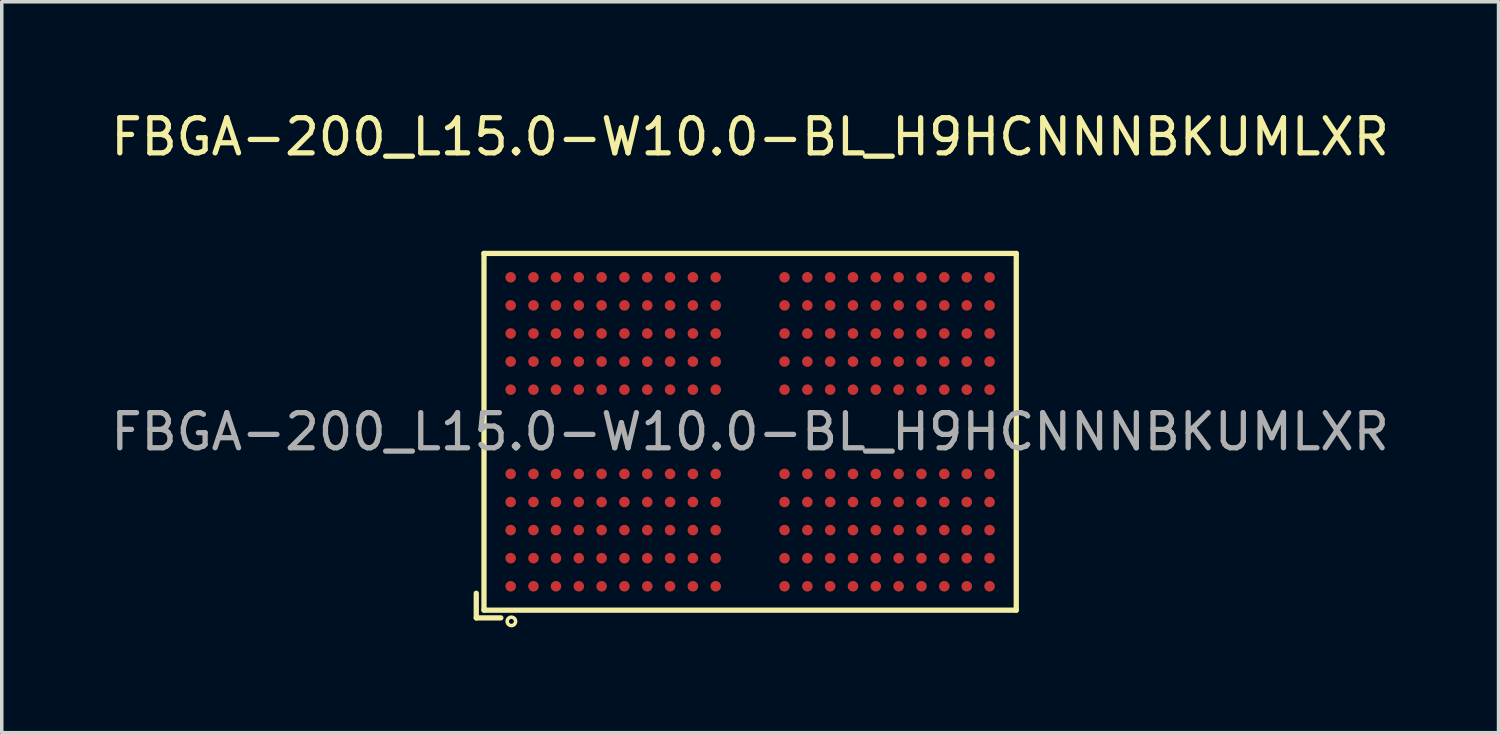
<source format=kicad_pcb>
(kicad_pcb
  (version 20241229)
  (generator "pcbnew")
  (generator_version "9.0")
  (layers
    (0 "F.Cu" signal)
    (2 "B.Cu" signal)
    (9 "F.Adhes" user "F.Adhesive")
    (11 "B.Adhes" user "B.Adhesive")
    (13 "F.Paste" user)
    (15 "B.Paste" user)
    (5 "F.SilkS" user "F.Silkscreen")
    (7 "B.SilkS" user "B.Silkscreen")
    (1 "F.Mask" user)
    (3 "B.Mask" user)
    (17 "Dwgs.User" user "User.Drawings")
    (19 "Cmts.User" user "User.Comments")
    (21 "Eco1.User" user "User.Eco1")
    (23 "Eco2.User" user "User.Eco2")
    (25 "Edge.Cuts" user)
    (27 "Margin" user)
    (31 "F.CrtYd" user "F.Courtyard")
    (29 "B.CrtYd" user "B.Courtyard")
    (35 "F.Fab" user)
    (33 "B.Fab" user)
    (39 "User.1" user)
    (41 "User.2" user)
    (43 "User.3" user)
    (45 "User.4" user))
  (footprint "FBGA-200_L15.0-W10.0-BL_H9HCNNNBKUMLXR"
    (layer "F.Cu")
    (at 18.315 9.248)
    (property "Reference" "FBGA-200_L15.0-W10.0-BL_H9HCNNNBKUMLXR" (at 0 -8.4 0) (layer "F.SilkS") (effects (font (size 1 1) (thickness 0.15))))
    (attr smd)
    (fp_line (start -7.8 4.6) (end -7.8 5.3) (stroke (width 0.15) (type solid)) (layer "F.SilkS"))
    (fp_line (start -7.8 5.3) (end -7.1 5.3) (stroke (width 0.15) (type solid)) (layer "F.SilkS"))
    (fp_line (start -7.58 -5.08) (end 7.58 -5.08) (stroke (width 0.15) (type solid)) (layer "F.SilkS"))
    (fp_line (start -7.58 5.08) (end -7.58 -5.08) (stroke (width 0.15) (type solid)) (layer "F.SilkS"))
    (fp_line (start 7.58 -5.08) (end 7.58 5.08) (stroke (width 0.15) (type solid)) (layer "F.SilkS"))
    (fp_line (start 7.58 5.08) (end -7.58 5.08) (stroke (width 0.15) (type solid)) (layer "F.SilkS"))
    (fp_circle (center -6.8 5.4) (end -6.68 5.4) (stroke (width 0.1) (type solid)) (fill no) (layer "F.SilkS"))
    (fp_text user "${REFERENCE}" (at 0 0 0) (layer "F.Fab") (effects (font (size 1 1) (thickness 0.15))))
    (pad "A1" smd circle (at -6.82 4.4) (size 0.3 0.3) (layers "F.Cu" "F.Mask" "F.Paste"))
    (pad "A2" smd circle (at -6.82 3.6) (size 0.3 0.3) (layers "F.Cu" "F.Mask" "F.Paste"))
    (pad "A3" smd circle (at -6.82 2.8) (size 0.3 0.3) (layers "F.Cu" "F.Mask" "F.Paste"))
    (pad "A4" smd circle (at -6.82 2) (size 0.3 0.3) (layers "F.Cu" "F.Mask" "F.Paste"))
    (pad "A5" smd circle (at -6.82 1.2) (size 0.3 0.3) (layers "F.Cu" "F.Mask" "F.Paste"))
    (pad "A8" smd circle (at -6.82 -1.2) (size 0.3 0.3) (layers "F.Cu" "F.Mask" "F.Paste"))
    (pad "A9" smd circle (at -6.82 -2) (size 0.3 0.3) (layers "F.Cu" "F.Mask" "F.Paste"))
    (pad "A10" smd circle (at -6.82 -2.8) (size 0.3 0.3) (layers "F.Cu" "F.Mask" "F.Paste"))
    (pad "A11" smd circle (at -6.82 -3.6) (size 0.3 0.3) (layers "F.Cu" "F.Mask" "F.Paste"))
    (pad "A12" smd circle (at -6.82 -4.4) (size 0.3 0.3) (layers "F.Cu" "F.Mask" "F.Paste"))
    (pad "AA1" smd circle (at 6.17 4.4) (size 0.3 0.3) (layers "F.Cu" "F.Mask" "F.Paste"))
    (pad "AA2" smd circle (at 6.17 3.6) (size 0.3 0.3) (layers "F.Cu" "F.Mask" "F.Paste"))
    (pad "AA3" smd circle (at 6.17 2.8) (size 0.3 0.3) (layers "F.Cu" "F.Mask" "F.Paste"))
    (pad "AA4" smd circle (at 6.17 2) (size 0.3 0.3) (layers "F.Cu" "F.Mask" "F.Paste"))
    (pad "AA5" smd circle (at 6.17 1.2) (size 0.3 0.3) (layers "F.Cu" "F.Mask" "F.Paste"))
    (pad "AA8" smd circle (at 6.17 -1.2) (size 0.3 0.3) (layers "F.Cu" "F.Mask" "F.Paste"))
    (pad "AA9" smd circle (at 6.17 -2) (size 0.3 0.3) (layers "F.Cu" "F.Mask" "F.Paste"))
    (pad "AA10" smd circle (at 6.17 -2.8) (size 0.3 0.3) (layers "F.Cu" "F.Mask" "F.Paste"))
    (pad "AA11" smd circle (at 6.17 -3.6) (size 0.3 0.3) (layers "F.Cu" "F.Mask" "F.Paste"))
    (pad "AA12" smd circle (at 6.17 -4.4) (size 0.3 0.3) (layers "F.Cu" "F.Mask" "F.Paste"))
    (pad "AB1" smd circle (at 6.82 4.4) (size 0.3 0.3) (layers "F.Cu" "F.Mask" "F.Paste"))
    (pad "AB2" smd circle (at 6.82 3.6) (size 0.3 0.3) (layers "F.Cu" "F.Mask" "F.Paste"))
    (pad "AB3" smd circle (at 6.82 2.8) (size 0.3 0.3) (layers "F.Cu" "F.Mask" "F.Paste"))
    (pad "AB4" smd circle (at 6.82 2) (size 0.3 0.3) (layers "F.Cu" "F.Mask" "F.Paste"))
    (pad "AB5" smd circle (at 6.82 1.2) (size 0.3 0.3) (layers "F.Cu" "F.Mask" "F.Paste"))
    (pad "AB8" smd circle (at 6.82 -1.2) (size 0.3 0.3) (layers "F.Cu" "F.Mask" "F.Paste"))
    (pad "AB9" smd circle (at 6.82 -2) (size 0.3 0.3) (layers "F.Cu" "F.Mask" "F.Paste"))
    (pad "AB10" smd circle (at 6.82 -2.8) (size 0.3 0.3) (layers "F.Cu" "F.Mask" "F.Paste"))
    (pad "AB11" smd circle (at 6.82 -3.6) (size 0.3 0.3) (layers "F.Cu" "F.Mask" "F.Paste"))
    (pad "AB12" smd circle (at 6.82 -4.4) (size 0.3 0.3) (layers "F.Cu" "F.Mask" "F.Paste"))
    (pad "B1" smd circle (at -6.17 4.4) (size 0.3 0.3) (layers "F.Cu" "F.Mask" "F.Paste"))
    (pad "B2" smd circle (at -6.17 3.6) (size 0.3 0.3) (layers "F.Cu" "F.Mask" "F.Paste"))
    (pad "B3" smd circle (at -6.17 2.8) (size 0.3 0.3) (layers "F.Cu" "F.Mask" "F.Paste"))
    (pad "B4" smd circle (at -6.17 2) (size 0.3 0.3) (layers "F.Cu" "F.Mask" "F.Paste"))
    (pad "B5" smd circle (at -6.17 1.2) (size 0.3 0.3) (layers "F.Cu" "F.Mask" "F.Paste"))
    (pad "B8" smd circle (at -6.17 -1.2) (size 0.3 0.3) (layers "F.Cu" "F.Mask" "F.Paste"))
    (pad "B9" smd circle (at -6.17 -2) (size 0.3 0.3) (layers "F.Cu" "F.Mask" "F.Paste"))
    (pad "B10" smd circle (at -6.17 -2.8) (size 0.3 0.3) (layers "F.Cu" "F.Mask" "F.Paste"))
    (pad "B11" smd circle (at -6.17 -3.6) (size 0.3 0.3) (layers "F.Cu" "F.Mask" "F.Paste"))
    (pad "B12" smd circle (at -6.17 -4.4) (size 0.3 0.3) (layers "F.Cu" "F.Mask" "F.Paste"))
    (pad "C1" smd circle (at -5.53 4.4) (size 0.3 0.3) (layers "F.Cu" "F.Mask" "F.Paste"))
    (pad "C2" smd circle (at -5.53 3.6) (size 0.3 0.3) (layers "F.Cu" "F.Mask" "F.Paste"))
    (pad "C3" smd circle (at -5.53 2.8) (size 0.3 0.3) (layers "F.Cu" "F.Mask" "F.Paste"))
    (pad "C4" smd circle (at -5.53 2) (size 0.3 0.3) (layers "F.Cu" "F.Mask" "F.Paste"))
    (pad "C5" smd circle (at -5.53 1.2) (size 0.3 0.3) (layers "F.Cu" "F.Mask" "F.Paste"))
    (pad "C8" smd circle (at -5.53 -1.2) (size 0.3 0.3) (layers "F.Cu" "F.Mask" "F.Paste"))
    (pad "C9" smd circle (at -5.53 -2) (size 0.3 0.3) (layers "F.Cu" "F.Mask" "F.Paste"))
    (pad "C10" smd circle (at -5.53 -2.8) (size 0.3 0.3) (layers "F.Cu" "F.Mask" "F.Paste"))
    (pad "C11" smd circle (at -5.53 -3.6) (size 0.3 0.3) (layers "F.Cu" "F.Mask" "F.Paste"))
    (pad "C12" smd circle (at -5.53 -4.4) (size 0.3 0.3) (layers "F.Cu" "F.Mask" "F.Paste"))
    (pad "D1" smd circle (at -4.88 4.4) (size 0.3 0.3) (layers "F.Cu" "F.Mask" "F.Paste"))
    (pad "D2" smd circle (at -4.88 3.6) (size 0.3 0.3) (layers "F.Cu" "F.Mask" "F.Paste"))
    (pad "D3" smd circle (at -4.88 2.8) (size 0.3 0.3) (layers "F.Cu" "F.Mask" "F.Paste"))
    (pad "D4" smd circle (at -4.88 2) (size 0.3 0.3) (layers "F.Cu" "F.Mask" "F.Paste"))
    (pad "D5" smd circle (at -4.88 1.2) (size 0.3 0.3) (layers "F.Cu" "F.Mask" "F.Paste"))
    (pad "D8" smd circle (at -4.88 -1.2) (size 0.3 0.3) (layers "F.Cu" "F.Mask" "F.Paste"))
    (pad "D9" smd circle (at -4.88 -2) (size 0.3 0.3) (layers "F.Cu" "F.Mask" "F.Paste"))
    (pad "D10" smd circle (at -4.88 -2.8) (size 0.3 0.3) (layers "F.Cu" "F.Mask" "F.Paste"))
    (pad "D11" smd circle (at -4.88 -3.6) (size 0.3 0.3) (layers "F.Cu" "F.Mask" "F.Paste"))
    (pad "D12" smd circle (at -4.88 -4.4) (size 0.3 0.3) (layers "F.Cu" "F.Mask" "F.Paste"))
    (pad "E1" smd circle (at -4.23 4.4) (size 0.3 0.3) (layers "F.Cu" "F.Mask" "F.Paste"))
    (pad "E2" smd circle (at -4.23 3.6) (size 0.3 0.3) (layers "F.Cu" "F.Mask" "F.Paste"))
    (pad "E3" smd circle (at -4.23 2.8) (size 0.3 0.3) (layers "F.Cu" "F.Mask" "F.Paste"))
    (pad "E4" smd circle (at -4.23 2) (size 0.3 0.3) (layers "F.Cu" "F.Mask" "F.Paste"))
    (pad "E5" smd circle (at -4.23 1.2) (size 0.3 0.3) (layers "F.Cu" "F.Mask" "F.Paste"))
    (pad "E8" smd circle (at -4.23 -1.2) (size 0.3 0.3) (layers "F.Cu" "F.Mask" "F.Paste"))
    (pad "E9" smd circle (at -4.23 -2) (size 0.3 0.3) (layers "F.Cu" "F.Mask" "F.Paste"))
    (pad "E10" smd circle (at -4.23 -2.8) (size 0.3 0.3) (layers "F.Cu" "F.Mask" "F.Paste"))
    (pad "E11" smd circle (at -4.23 -3.6) (size 0.3 0.3) (layers "F.Cu" "F.Mask" "F.Paste"))
    (pad "E12" smd circle (at -4.23 -4.4) (size 0.3 0.3) (layers "F.Cu" "F.Mask" "F.Paste"))
    (pad "F1" smd circle (at -3.58 4.4) (size 0.3 0.3) (layers "F.Cu" "F.Mask" "F.Paste"))
    (pad "F2" smd circle (at -3.58 3.6) (size 0.3 0.3) (layers "F.Cu" "F.Mask" "F.Paste"))
    (pad "F3" smd circle (at -3.58 2.8) (size 0.3 0.3) (layers "F.Cu" "F.Mask" "F.Paste"))
    (pad "F4" smd circle (at -3.58 2) (size 0.3 0.3) (layers "F.Cu" "F.Mask" "F.Paste"))
    (pad "F5" smd circle (at -3.58 1.2) (size 0.3 0.3) (layers "F.Cu" "F.Mask" "F.Paste"))
    (pad "F8" smd circle (at -3.58 -1.2) (size 0.3 0.3) (layers "F.Cu" "F.Mask" "F.Paste"))
    (pad "F9" smd circle (at -3.58 -2) (size 0.3 0.3) (layers "F.Cu" "F.Mask" "F.Paste"))
    (pad "F10" smd circle (at -3.58 -2.8) (size 0.3 0.3) (layers "F.Cu" "F.Mask" "F.Paste"))
    (pad "F11" smd circle (at -3.58 -3.6) (size 0.3 0.3) (layers "F.Cu" "F.Mask" "F.Paste"))
    (pad "F12" smd circle (at -3.58 -4.4) (size 0.3 0.3) (layers "F.Cu" "F.Mask" "F.Paste"))
    (pad "G1" smd circle (at -2.93 4.4) (size 0.3 0.3) (layers "F.Cu" "F.Mask" "F.Paste"))
    (pad "G2" smd circle (at -2.93 3.6) (size 0.3 0.3) (layers "F.Cu" "F.Mask" "F.Paste"))
    (pad "G3" smd circle (at -2.93 2.8) (size 0.3 0.3) (layers "F.Cu" "F.Mask" "F.Paste"))
    (pad "G4" smd circle (at -2.93 2) (size 0.3 0.3) (layers "F.Cu" "F.Mask" "F.Paste"))
    (pad "G5" smd circle (at -2.93 1.2) (size 0.3 0.3) (layers "F.Cu" "F.Mask" "F.Paste"))
    (pad "G8" smd circle (at -2.93 -1.2) (size 0.3 0.3) (layers "F.Cu" "F.Mask" "F.Paste"))
    (pad "G9" smd circle (at -2.93 -2) (size 0.3 0.3) (layers "F.Cu" "F.Mask" "F.Paste"))
    (pad "G10" smd circle (at -2.93 -2.8) (size 0.3 0.3) (layers "F.Cu" "F.Mask" "F.Paste"))
    (pad "G11" smd circle (at -2.93 -3.6) (size 0.3 0.3) (layers "F.Cu" "F.Mask" "F.Paste"))
    (pad "G12" smd circle (at -2.93 -4.4) (size 0.3 0.3) (layers "F.Cu" "F.Mask" "F.Paste"))
    (pad "H1" smd circle (at -2.28 4.4) (size 0.3 0.3) (layers "F.Cu" "F.Mask" "F.Paste"))
    (pad "H2" smd circle (at -2.28 3.6) (size 0.3 0.3) (layers "F.Cu" "F.Mask" "F.Paste"))
    (pad "H3" smd circle (at -2.28 2.8) (size 0.3 0.3) (layers "F.Cu" "F.Mask" "F.Paste"))
    (pad "H4" smd circle (at -2.28 2) (size 0.3 0.3) (layers "F.Cu" "F.Mask" "F.Paste"))
    (pad "H5" smd circle (at -2.28 1.2) (size 0.3 0.3) (layers "F.Cu" "F.Mask" "F.Paste"))
    (pad "H8" smd circle (at -2.28 -1.2) (size 0.3 0.3) (layers "F.Cu" "F.Mask" "F.Paste"))
    (pad "H9" smd circle (at -2.28 -2) (size 0.3 0.3) (layers "F.Cu" "F.Mask" "F.Paste"))
    (pad "H10" smd circle (at -2.28 -2.8) (size 0.3 0.3) (layers "F.Cu" "F.Mask" "F.Paste"))
    (pad "H11" smd circle (at -2.28 -3.6) (size 0.3 0.3) (layers "F.Cu" "F.Mask" "F.Paste"))
    (pad "H12" smd circle (at -2.28 -4.4) (size 0.3 0.3) (layers "F.Cu" "F.Mask" "F.Paste"))
    (pad "J1" smd circle (at -1.63 4.4) (size 0.3 0.3) (layers "F.Cu" "F.Mask" "F.Paste"))
    (pad "J2" smd circle (at -1.63 3.6) (size 0.3 0.3) (layers "F.Cu" "F.Mask" "F.Paste"))
    (pad "J3" smd circle (at -1.63 2.8) (size 0.3 0.3) (layers "F.Cu" "F.Mask" "F.Paste"))
    (pad "J4" smd circle (at -1.63 2) (size 0.3 0.3) (layers "F.Cu" "F.Mask" "F.Paste"))
    (pad "J5" smd circle (at -1.63 1.2) (size 0.3 0.3) (layers "F.Cu" "F.Mask" "F.Paste"))
    (pad "J8" smd circle (at -1.63 -1.2) (size 0.3 0.3) (layers "F.Cu" "F.Mask" "F.Paste"))
    (pad "J9" smd circle (at -1.63 -2) (size 0.3 0.3) (layers "F.Cu" "F.Mask" "F.Paste"))
    (pad "J10" smd circle (at -1.63 -2.8) (size 0.3 0.3) (layers "F.Cu" "F.Mask" "F.Paste"))
    (pad "J11" smd circle (at -1.63 -3.6) (size 0.3 0.3) (layers "F.Cu" "F.Mask" "F.Paste"))
    (pad "J12" smd circle (at -1.63 -4.4) (size 0.3 0.3) (layers "F.Cu" "F.Mask" "F.Paste"))
    (pad "K1" smd circle (at -0.98 4.4) (size 0.3 0.3) (layers "F.Cu" "F.Mask" "F.Paste"))
    (pad "K2" smd circle (at -0.98 3.6) (size 0.3 0.3) (layers "F.Cu" "F.Mask" "F.Paste"))
    (pad "K3" smd circle (at -0.98 2.8) (size 0.3 0.3) (layers "F.Cu" "F.Mask" "F.Paste"))
    (pad "K4" smd circle (at -0.98 2) (size 0.3 0.3) (layers "F.Cu" "F.Mask" "F.Paste"))
    (pad "K5" smd circle (at -0.98 1.2) (size 0.3 0.3) (layers "F.Cu" "F.Mask" "F.Paste"))
    (pad "K8" smd circle (at -0.98 -1.2) (size 0.3 0.3) (layers "F.Cu" "F.Mask" "F.Paste"))
    (pad "K9" smd circle (at -0.98 -2) (size 0.3 0.3) (layers "F.Cu" "F.Mask" "F.Paste"))
    (pad "K10" smd circle (at -0.98 -2.8) (size 0.3 0.3) (layers "F.Cu" "F.Mask" "F.Paste"))
    (pad "K11" smd circle (at -0.98 -3.6) (size 0.3 0.3) (layers "F.Cu" "F.Mask" "F.Paste"))
    (pad "K12" smd circle (at -0.98 -4.4) (size 0.3 0.3) (layers "F.Cu" "F.Mask" "F.Paste"))
    (pad "N1" smd circle (at 0.98 4.4) (size 0.3 0.3) (layers "F.Cu" "F.Mask" "F.Paste"))
    (pad "N2" smd circle (at 0.98 3.6) (size 0.3 0.3) (layers "F.Cu" "F.Mask" "F.Paste"))
    (pad "N3" smd circle (at 0.98 2.8) (size 0.3 0.3) (layers "F.Cu" "F.Mask" "F.Paste"))
    (pad "N4" smd circle (at 0.98 2) (size 0.3 0.3) (layers "F.Cu" "F.Mask" "F.Paste"))
    (pad "N5" smd circle (at 0.98 1.2) (size 0.3 0.3) (layers "F.Cu" "F.Mask" "F.Paste"))
    (pad "N8" smd circle (at 0.98 -1.2) (size 0.3 0.3) (layers "F.Cu" "F.Mask" "F.Paste"))
    (pad "N9" smd circle (at 0.98 -2) (size 0.3 0.3) (layers "F.Cu" "F.Mask" "F.Paste"))
    (pad "N10" smd circle (at 0.98 -2.8) (size 0.3 0.3) (layers "F.Cu" "F.Mask" "F.Paste"))
    (pad "N11" smd circle (at 0.98 -3.6) (size 0.3 0.3) (layers "F.Cu" "F.Mask" "F.Paste"))
    (pad "N12" smd circle (at 0.98 -4.4) (size 0.3 0.3) (layers "F.Cu" "F.Mask" "F.Paste"))
    (pad "P1" smd circle (at 1.63 4.4) (size 0.3 0.3) (layers "F.Cu" "F.Mask" "F.Paste"))
    (pad "P2" smd circle (at 1.63 3.6) (size 0.3 0.3) (layers "F.Cu" "F.Mask" "F.Paste"))
    (pad "P3" smd circle (at 1.63 2.8) (size 0.3 0.3) (layers "F.Cu" "F.Mask" "F.Paste"))
    (pad "P4" smd circle (at 1.63 2) (size 0.3 0.3) (layers "F.Cu" "F.Mask" "F.Paste"))
    (pad "P5" smd circle (at 1.63 1.2) (size 0.3 0.3) (layers "F.Cu" "F.Mask" "F.Paste"))
    (pad "P8" smd circle (at 1.63 -1.2) (size 0.3 0.3) (layers "F.Cu" "F.Mask" "F.Paste"))
    (pad "P9" smd circle (at 1.63 -2) (size 0.3 0.3) (layers "F.Cu" "F.Mask" "F.Paste"))
    (pad "P10" smd circle (at 1.63 -2.8) (size 0.3 0.3) (layers "F.Cu" "F.Mask" "F.Paste"))
    (pad "P11" smd circle (at 1.63 -3.6) (size 0.3 0.3) (layers "F.Cu" "F.Mask" "F.Paste"))
    (pad "P12" smd circle (at 1.63 -4.4) (size 0.3 0.3) (layers "F.Cu" "F.Mask" "F.Paste"))
    (pad "R1" smd circle (at 2.28 4.4) (size 0.3 0.3) (layers "F.Cu" "F.Mask" "F.Paste"))
    (pad "R2" smd circle (at 2.28 3.6) (size 0.3 0.3) (layers "F.Cu" "F.Mask" "F.Paste"))
    (pad "R3" smd circle (at 2.28 2.8) (size 0.3 0.3) (layers "F.Cu" "F.Mask" "F.Paste"))
    (pad "R4" smd circle (at 2.28 2) (size 0.3 0.3) (layers "F.Cu" "F.Mask" "F.Paste"))
    (pad "R5" smd circle (at 2.28 1.2) (size 0.3 0.3) (layers "F.Cu" "F.Mask" "F.Paste"))
    (pad "R8" smd circle (at 2.28 -1.2) (size 0.3 0.3) (layers "F.Cu" "F.Mask" "F.Paste"))
    (pad "R9" smd circle (at 2.28 -2) (size 0.3 0.3) (layers "F.Cu" "F.Mask" "F.Paste"))
    (pad "R10" smd circle (at 2.28 -2.8) (size 0.3 0.3) (layers "F.Cu" "F.Mask" "F.Paste"))
    (pad "R11" smd circle (at 2.28 -3.6) (size 0.3 0.3) (layers "F.Cu" "F.Mask" "F.Paste"))
    (pad "R12" smd circle (at 2.28 -4.4) (size 0.3 0.3) (layers "F.Cu" "F.Mask" "F.Paste"))
    (pad "T1" smd circle (at 2.93 4.4) (size 0.3 0.3) (layers "F.Cu" "F.Mask" "F.Paste"))
    (pad "T2" smd circle (at 2.93 3.6) (size 0.3 0.3) (layers "F.Cu" "F.Mask" "F.Paste"))
    (pad "T3" smd circle (at 2.93 2.8) (size 0.3 0.3) (layers "F.Cu" "F.Mask" "F.Paste"))
    (pad "T4" smd circle (at 2.93 2) (size 0.3 0.3) (layers "F.Cu" "F.Mask" "F.Paste"))
    (pad "T5" smd circle (at 2.93 1.2) (size 0.3 0.3) (layers "F.Cu" "F.Mask" "F.Paste"))
    (pad "T8" smd circle (at 2.93 -1.2) (size 0.3 0.3) (layers "F.Cu" "F.Mask" "F.Paste"))
    (pad "T9" smd circle (at 2.93 -2) (size 0.3 0.3) (layers "F.Cu" "F.Mask" "F.Paste"))
    (pad "T10" smd circle (at 2.93 -2.8) (size 0.3 0.3) (layers "F.Cu" "F.Mask" "F.Paste"))
    (pad "T11" smd circle (at 2.93 -3.6) (size 0.3 0.3) (layers "F.Cu" "F.Mask" "F.Paste"))
    (pad "T12" smd circle (at 2.93 -4.4) (size 0.3 0.3) (layers "F.Cu" "F.Mask" "F.Paste"))
    (pad "U1" smd circle (at 3.58 4.4) (size 0.3 0.3) (layers "F.Cu" "F.Mask" "F.Paste"))
    (pad "U2" smd circle (at 3.58 3.6) (size 0.3 0.3) (layers "F.Cu" "F.Mask" "F.Paste"))
    (pad "U3" smd circle (at 3.58 2.8) (size 0.3 0.3) (layers "F.Cu" "F.Mask" "F.Paste"))
    (pad "U4" smd circle (at 3.58 2) (size 0.3 0.3) (layers "F.Cu" "F.Mask" "F.Paste"))
    (pad "U5" smd circle (at 3.58 1.2) (size 0.3 0.3) (layers "F.Cu" "F.Mask" "F.Paste"))
    (pad "U8" smd circle (at 3.58 -1.2) (size 0.3 0.3) (layers "F.Cu" "F.Mask" "F.Paste"))
    (pad "U9" smd circle (at 3.58 -2) (size 0.3 0.3) (layers "F.Cu" "F.Mask" "F.Paste"))
    (pad "U10" smd circle (at 3.58 -2.8) (size 0.3 0.3) (layers "F.Cu" "F.Mask" "F.Paste"))
    (pad "U11" smd circle (at 3.58 -3.6) (size 0.3 0.3) (layers "F.Cu" "F.Mask" "F.Paste"))
    (pad "U12" smd circle (at 3.58 -4.4) (size 0.3 0.3) (layers "F.Cu" "F.Mask" "F.Paste"))
    (pad "V1" smd circle (at 4.23 4.4) (size 0.3 0.3) (layers "F.Cu" "F.Mask" "F.Paste"))
    (pad "V2" smd circle (at 4.23 3.6) (size 0.3 0.3) (layers "F.Cu" "F.Mask" "F.Paste"))
    (pad "V3" smd circle (at 4.23 2.8) (size 0.3 0.3) (layers "F.Cu" "F.Mask" "F.Paste"))
    (pad "V4" smd circle (at 4.23 2) (size 0.3 0.3) (layers "F.Cu" "F.Mask" "F.Paste"))
    (pad "V5" smd circle (at 4.23 1.2) (size 0.3 0.3) (layers "F.Cu" "F.Mask" "F.Paste"))
    (pad "V8" smd circle (at 4.23 -1.2) (size 0.3 0.3) (layers "F.Cu" "F.Mask" "F.Paste"))
    (pad "V9" smd circle (at 4.23 -2) (size 0.3 0.3) (layers "F.Cu" "F.Mask" "F.Paste"))
    (pad "V10" smd circle (at 4.23 -2.8) (size 0.3 0.3) (layers "F.Cu" "F.Mask" "F.Paste"))
    (pad "V11" smd circle (at 4.23 -3.6) (size 0.3 0.3) (layers "F.Cu" "F.Mask" "F.Paste"))
    (pad "V12" smd circle (at 4.23 -4.4) (size 0.3 0.3) (layers "F.Cu" "F.Mask" "F.Paste"))
    (pad "W1" smd circle (at 4.88 4.4) (size 0.3 0.3) (layers "F.Cu" "F.Mask" "F.Paste"))
    (pad "W2" smd circle (at 4.88 3.6) (size 0.3 0.3) (layers "F.Cu" "F.Mask" "F.Paste"))
    (pad "W3" smd circle (at 4.88 2.8) (size 0.3 0.3) (layers "F.Cu" "F.Mask" "F.Paste"))
    (pad "W4" smd circle (at 4.88 2) (size 0.3 0.3) (layers "F.Cu" "F.Mask" "F.Paste"))
    (pad "W5" smd circle (at 4.88 1.2) (size 0.3 0.3) (layers "F.Cu" "F.Mask" "F.Paste"))
    (pad "W8" smd circle (at 4.88 -1.2) (size 0.3 0.3) (layers "F.Cu" "F.Mask" "F.Paste"))
    (pad "W9" smd circle (at 4.88 -2) (size 0.3 0.3) (layers "F.Cu" "F.Mask" "F.Paste"))
    (pad "W10" smd circle (at 4.88 -2.8) (size 0.3 0.3) (layers "F.Cu" "F.Mask" "F.Paste"))
    (pad "W11" smd circle (at 4.88 -3.6) (size 0.3 0.3) (layers "F.Cu" "F.Mask" "F.Paste"))
    (pad "W12" smd circle (at 4.88 -4.4) (size 0.3 0.3) (layers "F.Cu" "F.Mask" "F.Paste"))
    (pad "Y1" smd circle (at 5.53 4.4) (size 0.3 0.3) (layers "F.Cu" "F.Mask" "F.Paste"))
    (pad "Y2" smd circle (at 5.53 3.6) (size 0.3 0.3) (layers "F.Cu" "F.Mask" "F.Paste"))
    (pad "Y3" smd circle (at 5.53 2.8) (size 0.3 0.3) (layers "F.Cu" "F.Mask" "F.Paste"))
    (pad "Y4" smd circle (at 5.53 2) (size 0.3 0.3) (layers "F.Cu" "F.Mask" "F.Paste"))
    (pad "Y5" smd circle (at 5.53 1.2) (size 0.3 0.3) (layers "F.Cu" "F.Mask" "F.Paste"))
    (pad "Y8" smd circle (at 5.53 -1.2) (size 0.3 0.3) (layers "F.Cu" "F.Mask" "F.Paste"))
    (pad "Y9" smd circle (at 5.53 -2) (size 0.3 0.3) (layers "F.Cu" "F.Mask" "F.Paste"))
    (pad "Y10" smd circle (at 5.53 -2.8) (size 0.3 0.3) (layers "F.Cu" "F.Mask" "F.Paste"))
    (pad "Y11" smd circle (at 5.53 -3.6) (size 0.3 0.3) (layers "F.Cu" "F.Mask" "F.Paste"))
    (pad "Y12" smd circle (at 5.53 -4.4) (size 0.3 0.3) (layers "F.Cu" "F.Mask" "F.Paste")))
  (gr_rect
    (start -3 -3)
    (end 39.631 17.818)
    (stroke (width 0.1) (type default))
    (fill no)
    (layer "Edge.Cuts")))
</source>
